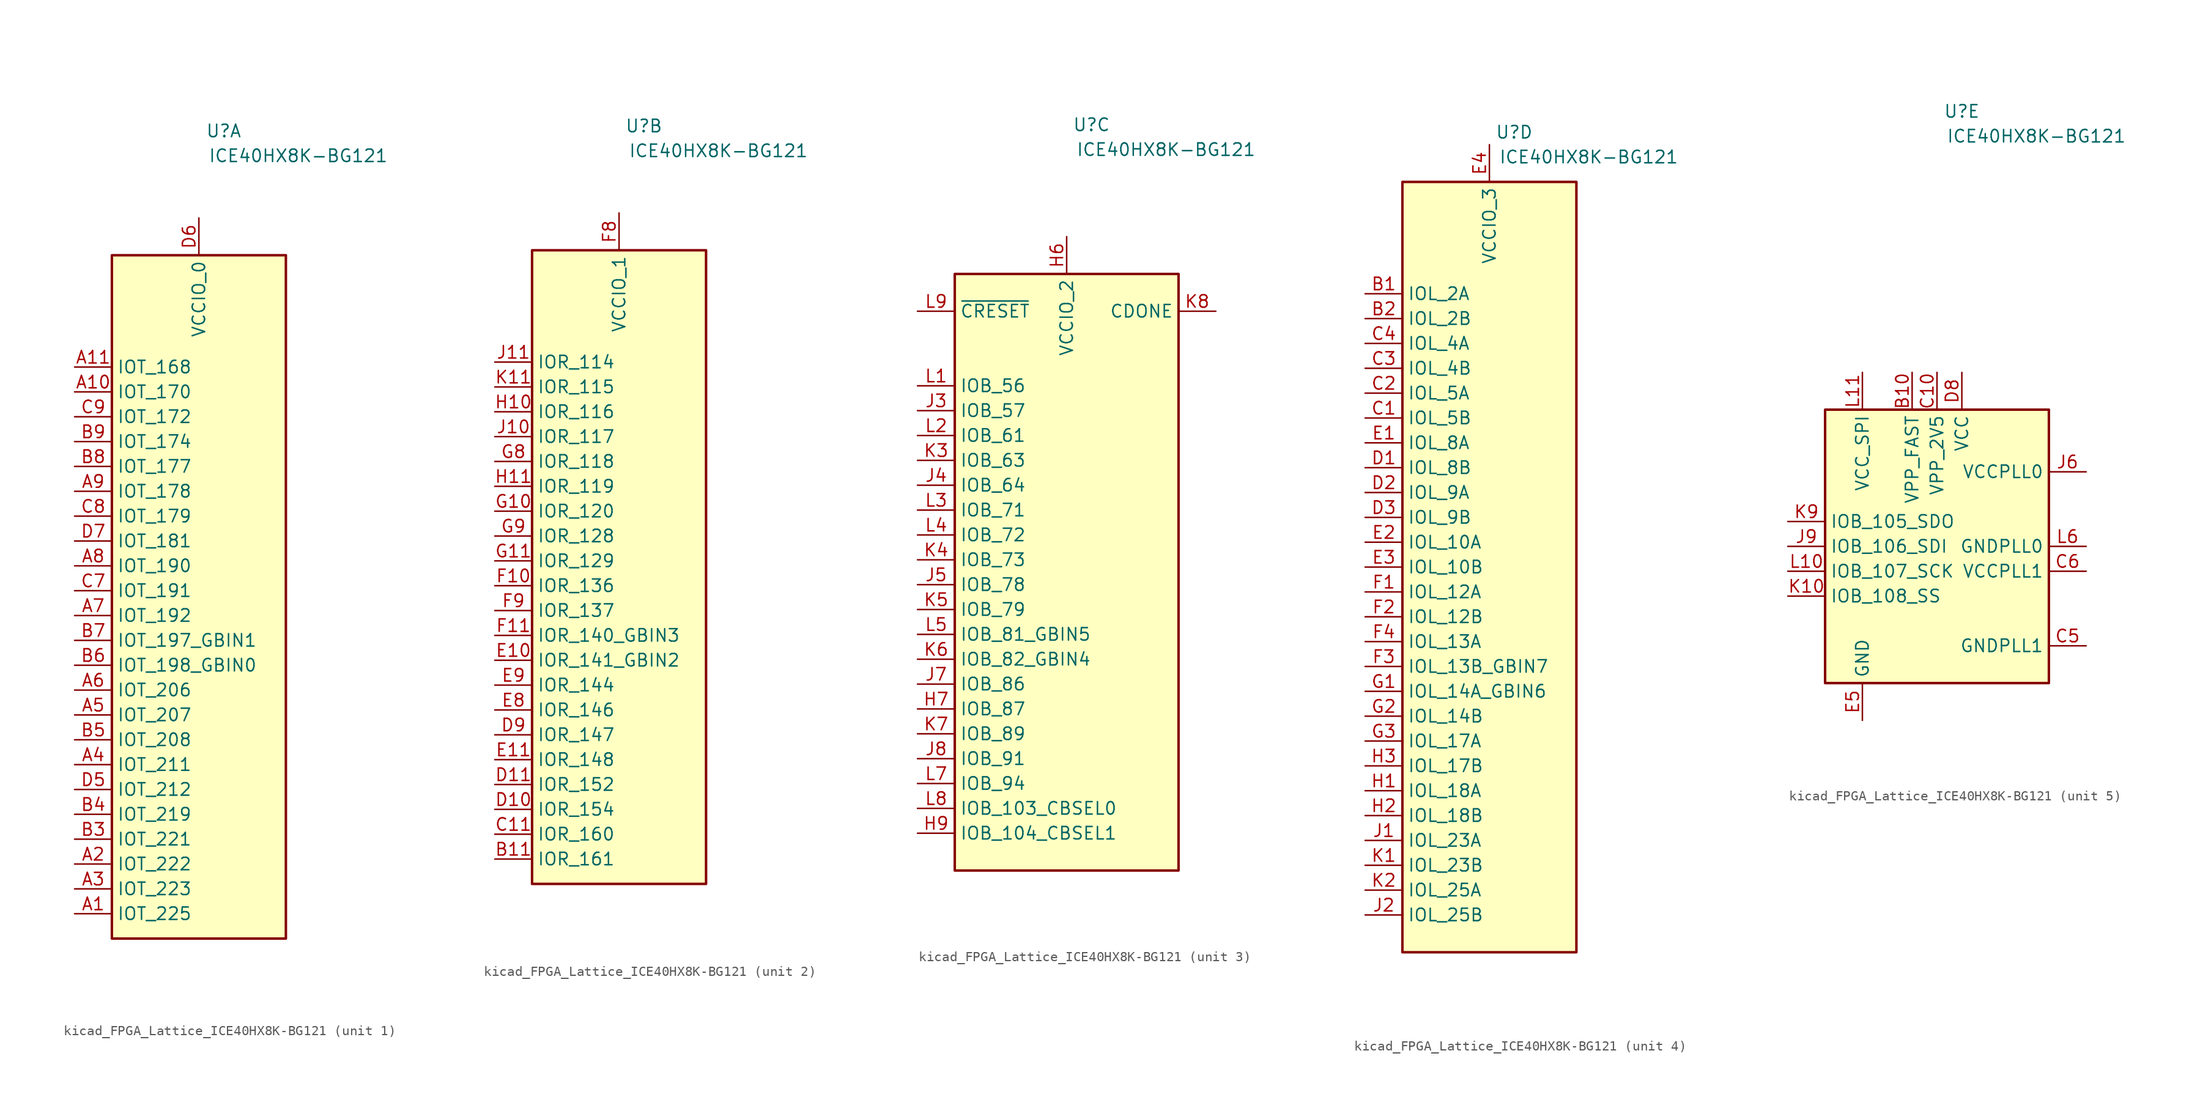
<source format=kicad_sym>
(kicad_symbol_lib
  (version 20220914)
  (generator kicad_symbol_editor)
  (symbol "kicad_FPGA_Lattice_ICE40HX8K-BG121"
    (property "Reference" "U"
      (at 2.54 44.45 0)
      (effects (font (size 1.27 1.27))))
    (property "Value" "ICE40HX8K-BG121"
      (at 10.16 41.91 0)
      (effects (font (size 1.27 1.27))))
    (property "ki_locked" ""
      (at 0 0 0)
      (effects (font (size 1.27 1.27))))
    (symbol "kicad_FPGA_Lattice_ICE40HX8K-BG121_1_1"
      (rectangle (start -8.89 31.75) (end 8.89 -38.1) (stroke (width 0.254) (type default)) (fill (type background)))
      (pin bidirectional line (at -12.7 -35.56 0) (length 3.81) (name "IOT_225" (effects (font (size 1.27 1.27)))) (number "A1" (effects (font (size 1.27 1.27)))))
      (pin bidirectional line (at -12.7 17.78 0) (length 3.81) (name "IOT_170" (effects (font (size 1.27 1.27)))) (number "A10" (effects (font (size 1.27 1.27)))))
      (pin bidirectional line (at -12.7 20.32 0) (length 3.81) (name "IOT_168" (effects (font (size 1.27 1.27)))) (number "A11" (effects (font (size 1.27 1.27)))))
      (pin bidirectional line (at -12.7 -30.48 0) (length 3.81) (name "IOT_222" (effects (font (size 1.27 1.27)))) (number "A2" (effects (font (size 1.27 1.27)))))
      (pin bidirectional line (at -12.7 -33.02 0) (length 3.81) (name "IOT_223" (effects (font (size 1.27 1.27)))) (number "A3" (effects (font (size 1.27 1.27)))))
      (pin bidirectional line (at -12.7 -20.32 0) (length 3.81) (name "IOT_211" (effects (font (size 1.27 1.27)))) (number "A4" (effects (font (size 1.27 1.27)))))
      (pin bidirectional line (at -12.7 -15.24 0) (length 3.81) (name "IOT_207" (effects (font (size 1.27 1.27)))) (number "A5" (effects (font (size 1.27 1.27)))))
      (pin bidirectional line (at -12.7 -12.7 0) (length 3.81) (name "IOT_206" (effects (font (size 1.27 1.27)))) (number "A6" (effects (font (size 1.27 1.27)))))
      (pin bidirectional line (at -12.7 -5.08 0) (length 3.81) (name "IOT_192" (effects (font (size 1.27 1.27)))) (number "A7" (effects (font (size 1.27 1.27)))))
      (pin bidirectional line (at -12.7 0 0) (length 3.81) (name "IOT_190" (effects (font (size 1.27 1.27)))) (number "A8" (effects (font (size 1.27 1.27)))))
      (pin bidirectional line (at -12.7 7.62 0) (length 3.81) (name "IOT_178" (effects (font (size 1.27 1.27)))) (number "A9" (effects (font (size 1.27 1.27)))))
      (pin bidirectional line (at -12.7 -27.94 0) (length 3.81) (name "IOT_221" (effects (font (size 1.27 1.27)))) (number "B3" (effects (font (size 1.27 1.27)))))
      (pin bidirectional line (at -12.7 -25.4 0) (length 3.81) (name "IOT_219" (effects (font (size 1.27 1.27)))) (number "B4" (effects (font (size 1.27 1.27)))))
      (pin bidirectional line (at -12.7 -17.78 0) (length 3.81) (name "IOT_208" (effects (font (size 1.27 1.27)))) (number "B5" (effects (font (size 1.27 1.27)))))
      (pin bidirectional line (at -12.7 -10.16 0) (length 3.81) (name "IOT_198_GBIN0" (effects (font (size 1.27 1.27)))) (number "B6" (effects (font (size 1.27 1.27)))))
      (pin bidirectional line (at -12.7 -7.62 0) (length 3.81) (name "IOT_197_GBIN1" (effects (font (size 1.27 1.27)))) (number "B7" (effects (font (size 1.27 1.27)))))
      (pin bidirectional line (at -12.7 10.16 0) (length 3.81) (name "IOT_177" (effects (font (size 1.27 1.27)))) (number "B8" (effects (font (size 1.27 1.27)))))
      (pin bidirectional line (at -12.7 12.7 0) (length 3.81) (name "IOT_174" (effects (font (size 1.27 1.27)))) (number "B9" (effects (font (size 1.27 1.27)))))
      (pin bidirectional line (at -12.7 -2.54 0) (length 3.81) (name "IOT_191" (effects (font (size 1.27 1.27)))) (number "C7" (effects (font (size 1.27 1.27)))))
      (pin bidirectional line (at -12.7 5.08 0) (length 3.81) (name "IOT_179" (effects (font (size 1.27 1.27)))) (number "C8" (effects (font (size 1.27 1.27)))))
      (pin bidirectional line (at -12.7 15.24 0) (length 3.81) (name "IOT_172" (effects (font (size 1.27 1.27)))) (number "C9" (effects (font (size 1.27 1.27)))))
      (pin bidirectional line (at -12.7 -22.86 0) (length 3.81) (name "IOT_212" (effects (font (size 1.27 1.27)))) (number "D5" (effects (font (size 1.27 1.27)))))
      (pin power_in line (at 0 35.56 270) (length 3.81) (name "VCCIO_0" (effects (font (size 1.27 1.27)))) (number "D6" (effects (font (size 1.27 1.27)))))
      (pin bidirectional line (at -12.7 2.54 0) (length 3.81) (name "IOT_181" (effects (font (size 1.27 1.27)))) (number "D7" (effects (font (size 1.27 1.27))))))
    (symbol "kicad_FPGA_Lattice_ICE40HX8K-BG121_2_1"
      (rectangle (start -8.89 31.75) (end 8.89 -33.02) (stroke (width 0.254) (type default)) (fill (type background)))
      (pin bidirectional line (at -12.7 -30.48 0) (length 3.81) (name "IOR_161" (effects (font (size 1.27 1.27)))) (number "B11" (effects (font (size 1.27 1.27)))))
      (pin bidirectional line (at -12.7 -27.94 0) (length 3.81) (name "IOR_160" (effects (font (size 1.27 1.27)))) (number "C11" (effects (font (size 1.27 1.27)))))
      (pin bidirectional line (at -12.7 -25.4 0) (length 3.81) (name "IOR_154" (effects (font (size 1.27 1.27)))) (number "D10" (effects (font (size 1.27 1.27)))))
      (pin bidirectional line (at -12.7 -22.86 0) (length 3.81) (name "IOR_152" (effects (font (size 1.27 1.27)))) (number "D11" (effects (font (size 1.27 1.27)))))
      (pin bidirectional line (at -12.7 -17.78 0) (length 3.81) (name "IOR_147" (effects (font (size 1.27 1.27)))) (number "D9" (effects (font (size 1.27 1.27)))))
      (pin bidirectional line (at -12.7 -10.16 0) (length 3.81) (name "IOR_141_GBIN2" (effects (font (size 1.27 1.27)))) (number "E10" (effects (font (size 1.27 1.27)))))
      (pin bidirectional line (at -12.7 -20.32 0) (length 3.81) (name "IOR_148" (effects (font (size 1.27 1.27)))) (number "E11" (effects (font (size 1.27 1.27)))))
      (pin bidirectional line (at -12.7 -15.24 0) (length 3.81) (name "IOR_146" (effects (font (size 1.27 1.27)))) (number "E8" (effects (font (size 1.27 1.27)))))
      (pin bidirectional line (at -12.7 -12.7 0) (length 3.81) (name "IOR_144" (effects (font (size 1.27 1.27)))) (number "E9" (effects (font (size 1.27 1.27)))))
      (pin bidirectional line (at -12.7 -2.54 0) (length 3.81) (name "IOR_136" (effects (font (size 1.27 1.27)))) (number "F10" (effects (font (size 1.27 1.27)))))
      (pin bidirectional line (at -12.7 -7.62 0) (length 3.81) (name "IOR_140_GBIN3" (effects (font (size 1.27 1.27)))) (number "F11" (effects (font (size 1.27 1.27)))))
      (pin power_in line (at 0 35.56 270) (length 3.81) (name "VCCIO_1" (effects (font (size 1.27 1.27)))) (number "F8" (effects (font (size 1.27 1.27)))))
      (pin bidirectional line (at -12.7 -5.08 0) (length 3.81) (name "IOR_137" (effects (font (size 1.27 1.27)))) (number "F9" (effects (font (size 1.27 1.27)))))
      (pin bidirectional line (at -12.7 5.08 0) (length 3.81) (name "IOR_120" (effects (font (size 1.27 1.27)))) (number "G10" (effects (font (size 1.27 1.27)))))
      (pin bidirectional line (at -12.7 0 0) (length 3.81) (name "IOR_129" (effects (font (size 1.27 1.27)))) (number "G11" (effects (font (size 1.27 1.27)))))
      (pin bidirectional line (at -12.7 10.16 0) (length 3.81) (name "IOR_118" (effects (font (size 1.27 1.27)))) (number "G8" (effects (font (size 1.27 1.27)))))
      (pin bidirectional line (at -12.7 2.54 0) (length 3.81) (name "IOR_128" (effects (font (size 1.27 1.27)))) (number "G9" (effects (font (size 1.27 1.27)))))
      (pin bidirectional line (at -12.7 15.24 0) (length 3.81) (name "IOR_116" (effects (font (size 1.27 1.27)))) (number "H10" (effects (font (size 1.27 1.27)))))
      (pin bidirectional line (at -12.7 7.62 0) (length 3.81) (name "IOR_119" (effects (font (size 1.27 1.27)))) (number "H11" (effects (font (size 1.27 1.27)))))
      (pin bidirectional line (at -12.7 12.7 0) (length 3.81) (name "IOR_117" (effects (font (size 1.27 1.27)))) (number "J10" (effects (font (size 1.27 1.27)))))
      (pin bidirectional line (at -12.7 20.32 0) (length 3.81) (name "IOR_114" (effects (font (size 1.27 1.27)))) (number "J11" (effects (font (size 1.27 1.27)))))
      (pin bidirectional line (at -12.7 17.78 0) (length 3.81) (name "IOR_115" (effects (font (size 1.27 1.27)))) (number "K11" (effects (font (size 1.27 1.27))))))
    (symbol "kicad_FPGA_Lattice_ICE40HX8K-BG121_3_1"
      (rectangle (start -11.43 29.21) (end 11.43 -31.75) (stroke (width 0.254) (type default)) (fill (type background)))
      (pin power_in line (at 0 33.02 270) (length 3.81) (name "VCCIO_2" (effects (font (size 1.27 1.27)))) (number "H6" (effects (font (size 1.27 1.27)))))
      (pin bidirectional line (at -15.24 -15.24 0) (length 3.81) (name "IOB_87" (effects (font (size 1.27 1.27)))) (number "H7" (effects (font (size 1.27 1.27)))))
      (pin bidirectional line (at -15.24 -27.94 0) (length 3.81) (name "IOB_104_CBSEL1" (effects (font (size 1.27 1.27)))) (number "H9" (effects (font (size 1.27 1.27)))))
      (pin bidirectional line (at -15.24 15.24 0) (length 3.81) (name "IOB_57" (effects (font (size 1.27 1.27)))) (number "J3" (effects (font (size 1.27 1.27)))))
      (pin bidirectional line (at -15.24 7.62 0) (length 3.81) (name "IOB_64" (effects (font (size 1.27 1.27)))) (number "J4" (effects (font (size 1.27 1.27)))))
      (pin bidirectional line (at -15.24 -2.54 0) (length 3.81) (name "IOB_78" (effects (font (size 1.27 1.27)))) (number "J5" (effects (font (size 1.27 1.27)))))
      (pin bidirectional line (at -15.24 -12.7 0) (length 3.81) (name "IOB_86" (effects (font (size 1.27 1.27)))) (number "J7" (effects (font (size 1.27 1.27)))))
      (pin bidirectional line (at -15.24 -20.32 0) (length 3.81) (name "IOB_91" (effects (font (size 1.27 1.27)))) (number "J8" (effects (font (size 1.27 1.27)))))
      (pin bidirectional line (at -15.24 10.16 0) (length 3.81) (name "IOB_63" (effects (font (size 1.27 1.27)))) (number "K3" (effects (font (size 1.27 1.27)))))
      (pin bidirectional line (at -15.24 0 0) (length 3.81) (name "IOB_73" (effects (font (size 1.27 1.27)))) (number "K4" (effects (font (size 1.27 1.27)))))
      (pin bidirectional line (at -15.24 -5.08 0) (length 3.81) (name "IOB_79" (effects (font (size 1.27 1.27)))) (number "K5" (effects (font (size 1.27 1.27)))))
      (pin bidirectional line (at -15.24 -10.16 0) (length 3.81) (name "IOB_82_GBIN4" (effects (font (size 1.27 1.27)))) (number "K6" (effects (font (size 1.27 1.27)))))
      (pin bidirectional line (at -15.24 -17.78 0) (length 3.81) (name "IOB_89" (effects (font (size 1.27 1.27)))) (number "K7" (effects (font (size 1.27 1.27)))))
      (pin open_collector line (at 15.24 25.4 180) (length 3.81) (name "CDONE" (effects (font (size 1.27 1.27)))) (number "K8" (effects (font (size 1.27 1.27)))))
      (pin bidirectional line (at -15.24 17.78 0) (length 3.81) (name "IOB_56" (effects (font (size 1.27 1.27)))) (number "L1" (effects (font (size 1.27 1.27)))))
      (pin bidirectional line (at -15.24 12.7 0) (length 3.81) (name "IOB_61" (effects (font (size 1.27 1.27)))) (number "L2" (effects (font (size 1.27 1.27)))))
      (pin bidirectional line (at -15.24 5.08 0) (length 3.81) (name "IOB_71" (effects (font (size 1.27 1.27)))) (number "L3" (effects (font (size 1.27 1.27)))))
      (pin bidirectional line (at -15.24 2.54 0) (length 3.81) (name "IOB_72" (effects (font (size 1.27 1.27)))) (number "L4" (effects (font (size 1.27 1.27)))))
      (pin bidirectional line (at -15.24 -7.62 0) (length 3.81) (name "IOB_81_GBIN5" (effects (font (size 1.27 1.27)))) (number "L5" (effects (font (size 1.27 1.27)))))
      (pin bidirectional line (at -15.24 -22.86 0) (length 3.81) (name "IOB_94" (effects (font (size 1.27 1.27)))) (number "L7" (effects (font (size 1.27 1.27)))))
      (pin bidirectional line (at -15.24 -25.4 0) (length 3.81) (name "IOB_103_CBSEL0" (effects (font (size 1.27 1.27)))) (number "L8" (effects (font (size 1.27 1.27)))))
      (pin input line (at -15.24 25.4 0) (length 3.81) (name "~{CRESET}" (effects (font (size 1.27 1.27)))) (number "L9" (effects (font (size 1.27 1.27))))))
    (symbol "kicad_FPGA_Lattice_ICE40HX8K-BG121_4_1"
      (rectangle (start -8.89 39.37) (end 8.89 -39.37) (stroke (width 0.254) (type default)) (fill (type background)))
      (pin bidirectional line (at -12.7 27.94 0) (length 3.81) (name "IOL_2A" (effects (font (size 1.27 1.27)))) (number "B1" (effects (font (size 1.27 1.27)))))
      (pin bidirectional line (at -12.7 25.4 0) (length 3.81) (name "IOL_2B" (effects (font (size 1.27 1.27)))) (number "B2" (effects (font (size 1.27 1.27)))))
      (pin bidirectional line (at -12.7 15.24 0) (length 3.81) (name "IOL_5B" (effects (font (size 1.27 1.27)))) (number "C1" (effects (font (size 1.27 1.27)))))
      (pin bidirectional line (at -12.7 17.78 0) (length 3.81) (name "IOL_5A" (effects (font (size 1.27 1.27)))) (number "C2" (effects (font (size 1.27 1.27)))))
      (pin bidirectional line (at -12.7 20.32 0) (length 3.81) (name "IOL_4B" (effects (font (size 1.27 1.27)))) (number "C3" (effects (font (size 1.27 1.27)))))
      (pin bidirectional line (at -12.7 22.86 0) (length 3.81) (name "IOL_4A" (effects (font (size 1.27 1.27)))) (number "C4" (effects (font (size 1.27 1.27)))))
      (pin bidirectional line (at -12.7 10.16 0) (length 3.81) (name "IOL_8B" (effects (font (size 1.27 1.27)))) (number "D1" (effects (font (size 1.27 1.27)))))
      (pin bidirectional line (at -12.7 7.62 0) (length 3.81) (name "IOL_9A" (effects (font (size 1.27 1.27)))) (number "D2" (effects (font (size 1.27 1.27)))))
      (pin bidirectional line (at -12.7 5.08 0) (length 3.81) (name "IOL_9B" (effects (font (size 1.27 1.27)))) (number "D3" (effects (font (size 1.27 1.27)))))
      (pin bidirectional line (at -12.7 12.7 0) (length 3.81) (name "IOL_8A" (effects (font (size 1.27 1.27)))) (number "E1" (effects (font (size 1.27 1.27)))))
      (pin bidirectional line (at -12.7 2.54 0) (length 3.81) (name "IOL_10A" (effects (font (size 1.27 1.27)))) (number "E2" (effects (font (size 1.27 1.27)))))
      (pin bidirectional line (at -12.7 0 0) (length 3.81) (name "IOL_10B" (effects (font (size 1.27 1.27)))) (number "E3" (effects (font (size 1.27 1.27)))))
      (pin power_in line (at 0 43.18 270) (length 3.81) (name "VCCIO_3" (effects (font (size 1.27 1.27)))) (number "E4" (effects (font (size 1.27 1.27)))))
      (pin bidirectional line (at -12.7 -2.54 0) (length 3.81) (name "IOL_12A" (effects (font (size 1.27 1.27)))) (number "F1" (effects (font (size 1.27 1.27)))))
      (pin bidirectional line (at -12.7 -5.08 0) (length 3.81) (name "IOL_12B" (effects (font (size 1.27 1.27)))) (number "F2" (effects (font (size 1.27 1.27)))))
      (pin bidirectional line (at -12.7 -10.16 0) (length 3.81) (name "IOL_13B_GBIN7" (effects (font (size 1.27 1.27)))) (number "F3" (effects (font (size 1.27 1.27)))))
      (pin bidirectional line (at -12.7 -7.62 0) (length 3.81) (name "IOL_13A" (effects (font (size 1.27 1.27)))) (number "F4" (effects (font (size 1.27 1.27)))))
      (pin bidirectional line (at -12.7 -12.7 0) (length 3.81) (name "IOL_14A_GBIN6" (effects (font (size 1.27 1.27)))) (number "G1" (effects (font (size 1.27 1.27)))))
      (pin bidirectional line (at -12.7 -15.24 0) (length 3.81) (name "IOL_14B" (effects (font (size 1.27 1.27)))) (number "G2" (effects (font (size 1.27 1.27)))))
      (pin bidirectional line (at -12.7 -17.78 0) (length 3.81) (name "IOL_17A" (effects (font (size 1.27 1.27)))) (number "G3" (effects (font (size 1.27 1.27)))))
      (pin passive line (at 0 43.18 270) (length 3.81) hide (name "VCCIO_3" (effects (font (size 1.27 1.27)))) (number "G4" (effects (font (size 1.27 1.27)))))
      (pin bidirectional line (at -12.7 -22.86 0) (length 3.81) (name "IOL_18A" (effects (font (size 1.27 1.27)))) (number "H1" (effects (font (size 1.27 1.27)))))
      (pin bidirectional line (at -12.7 -25.4 0) (length 3.81) (name "IOL_18B" (effects (font (size 1.27 1.27)))) (number "H2" (effects (font (size 1.27 1.27)))))
      (pin bidirectional line (at -12.7 -20.32 0) (length 3.81) (name "IOL_17B" (effects (font (size 1.27 1.27)))) (number "H3" (effects (font (size 1.27 1.27)))))
      (pin bidirectional line (at -12.7 -27.94 0) (length 3.81) (name "IOL_23A" (effects (font (size 1.27 1.27)))) (number "J1" (effects (font (size 1.27 1.27)))))
      (pin bidirectional line (at -12.7 -35.56 0) (length 3.81) (name "IOL_25B" (effects (font (size 1.27 1.27)))) (number "J2" (effects (font (size 1.27 1.27)))))
      (pin bidirectional line (at -12.7 -30.48 0) (length 3.81) (name "IOL_23B" (effects (font (size 1.27 1.27)))) (number "K1" (effects (font (size 1.27 1.27)))))
      (pin bidirectional line (at -12.7 -33.02 0) (length 3.81) (name "IOL_25A" (effects (font (size 1.27 1.27)))) (number "K2" (effects (font (size 1.27 1.27))))))
    (symbol "kicad_FPGA_Lattice_ICE40HX8K-BG121_5_1"
      (rectangle (start -11.43 13.97) (end 11.43 -13.97) (stroke (width 0.254) (type default)) (fill (type background)))
      (pin power_in line (at -2.54 17.78 270) (length 3.81) (name "VPP_FAST" (effects (font (size 1.27 1.27)))) (number "B10" (effects (font (size 1.27 1.27)))))
      (pin power_in line (at 0 17.78 270) (length 3.81) (name "VPP_2V5" (effects (font (size 1.27 1.27)))) (number "C10" (effects (font (size 1.27 1.27)))))
      (pin power_in line (at 15.24 -10.16 180) (length 3.81) (name "GNDPLL1" (effects (font (size 1.27 1.27)))) (number "C5" (effects (font (size 1.27 1.27)))))
      (pin power_in line (at 15.24 -2.54 180) (length 3.81) (name "VCCPLL1" (effects (font (size 1.27 1.27)))) (number "C6" (effects (font (size 1.27 1.27)))))
      (pin passive line (at 2.54 17.78 270) (length 3.81) hide (name "VCC" (effects (font (size 1.27 1.27)))) (number "D4" (effects (font (size 1.27 1.27)))))
      (pin power_in line (at 2.54 17.78 270) (length 3.81) (name "VCC" (effects (font (size 1.27 1.27)))) (number "D8" (effects (font (size 1.27 1.27)))))
      (pin power_in line (at -7.62 -17.78 90) (length 3.81) (name "GND" (effects (font (size 1.27 1.27)))) (number "E5" (effects (font (size 1.27 1.27)))))
      (pin passive line (at -7.62 -17.78 90) (length 3.81) hide (name "GND" (effects (font (size 1.27 1.27)))) (number "E6" (effects (font (size 1.27 1.27)))))
      (pin passive line (at -7.62 -17.78 90) (length 3.81) hide (name "GND" (effects (font (size 1.27 1.27)))) (number "E7" (effects (font (size 1.27 1.27)))))
      (pin passive line (at -7.62 -17.78 90) (length 3.81) hide (name "GND" (effects (font (size 1.27 1.27)))) (number "F5" (effects (font (size 1.27 1.27)))))
      (pin passive line (at -7.62 -17.78 90) (length 3.81) hide (name "GND" (effects (font (size 1.27 1.27)))) (number "F6" (effects (font (size 1.27 1.27)))))
      (pin passive line (at -7.62 -17.78 90) (length 3.81) hide (name "GND" (effects (font (size 1.27 1.27)))) (number "F7" (effects (font (size 1.27 1.27)))))
      (pin passive line (at -7.62 -17.78 90) (length 3.81) hide (name "GND" (effects (font (size 1.27 1.27)))) (number "G5" (effects (font (size 1.27 1.27)))))
      (pin passive line (at -7.62 -17.78 90) (length 3.81) hide (name "GND" (effects (font (size 1.27 1.27)))) (number "G6" (effects (font (size 1.27 1.27)))))
      (pin passive line (at -7.62 -17.78 90) (length 3.81) hide (name "GND" (effects (font (size 1.27 1.27)))) (number "G7" (effects (font (size 1.27 1.27)))))
      (pin passive line (at 2.54 17.78 270) (length 3.81) hide (name "VCC" (effects (font (size 1.27 1.27)))) (number "H4" (effects (font (size 1.27 1.27)))))
      (pin passive line (at -7.62 -17.78 90) (length 3.81) hide (name "GND" (effects (font (size 1.27 1.27)))) (number "H5" (effects (font (size 1.27 1.27)))))
      (pin passive line (at 2.54 17.78 270) (length 3.81) hide (name "VCC" (effects (font (size 1.27 1.27)))) (number "H8" (effects (font (size 1.27 1.27)))))
      (pin power_in line (at 15.24 7.62 180) (length 3.81) (name "VCCPLL0" (effects (font (size 1.27 1.27)))) (number "J6" (effects (font (size 1.27 1.27)))))
      (pin bidirectional line (at -15.24 0 0) (length 3.81) (name "IOB_106_SDI" (effects (font (size 1.27 1.27)))) (number "J9" (effects (font (size 1.27 1.27)))))
      (pin bidirectional line (at -15.24 -5.08 0) (length 3.81) (name "IOB_108_SS" (effects (font (size 1.27 1.27)))) (number "K10" (effects (font (size 1.27 1.27)))))
      (pin bidirectional line (at -15.24 2.54 0) (length 3.81) (name "IOB_105_SDO" (effects (font (size 1.27 1.27)))) (number "K9" (effects (font (size 1.27 1.27)))))
      (pin bidirectional line (at -15.24 -2.54 0) (length 3.81) (name "IOB_107_SCK" (effects (font (size 1.27 1.27)))) (number "L10" (effects (font (size 1.27 1.27)))))
      (pin power_in line (at -7.62 17.78 270) (length 3.81) (name "VCC_SPI" (effects (font (size 1.27 1.27)))) (number "L11" (effects (font (size 1.27 1.27)))))
      (pin power_in line (at 15.24 0 180) (length 3.81) (name "GNDPLL0" (effects (font (size 1.27 1.27)))) (number "L6" (effects (font (size 1.27 1.27))))))))
</source>
